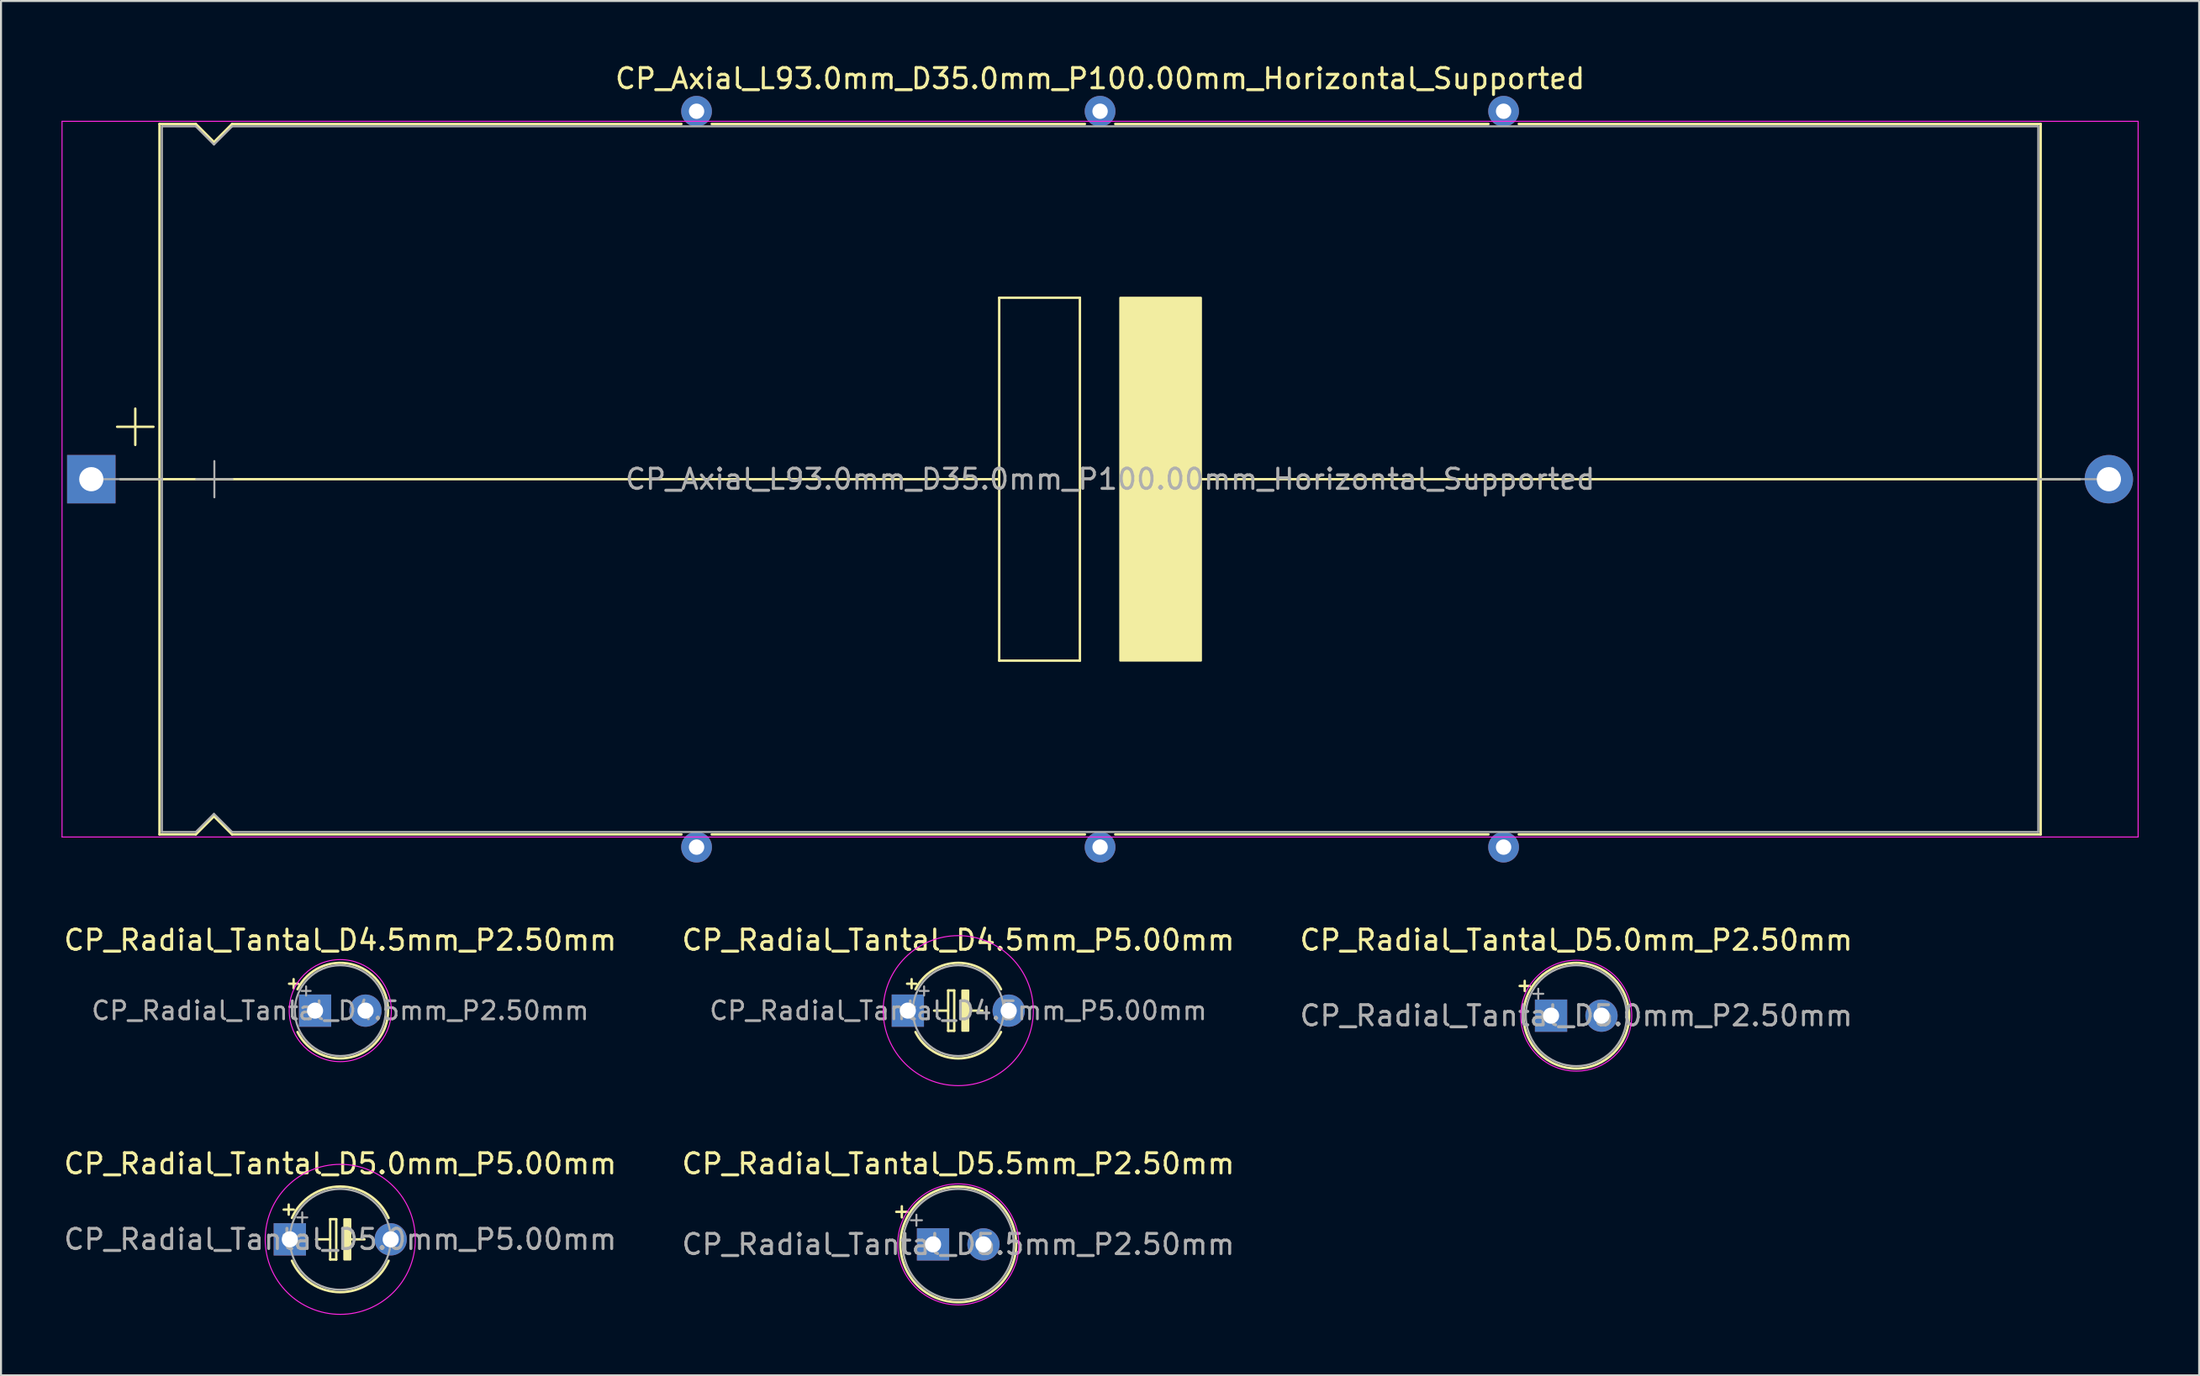
<source format=kicad_pcb>
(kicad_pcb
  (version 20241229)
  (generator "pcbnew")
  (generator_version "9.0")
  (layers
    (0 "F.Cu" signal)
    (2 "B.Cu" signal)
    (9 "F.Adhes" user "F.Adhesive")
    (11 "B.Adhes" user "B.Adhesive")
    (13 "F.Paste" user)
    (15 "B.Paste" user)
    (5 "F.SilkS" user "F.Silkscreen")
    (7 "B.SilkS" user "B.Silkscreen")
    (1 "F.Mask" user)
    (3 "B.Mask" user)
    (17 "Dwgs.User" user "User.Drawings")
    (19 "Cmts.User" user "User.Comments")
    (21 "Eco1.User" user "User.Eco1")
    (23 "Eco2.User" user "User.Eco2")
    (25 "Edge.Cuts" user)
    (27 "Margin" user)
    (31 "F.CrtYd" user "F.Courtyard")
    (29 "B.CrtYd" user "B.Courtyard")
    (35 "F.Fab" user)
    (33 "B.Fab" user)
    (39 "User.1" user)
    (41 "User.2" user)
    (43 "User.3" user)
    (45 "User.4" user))
  (footprint "CP_Axial_L93.0mm_D35.0mm_P100.00mm_Horizontal_Supported"
    (layer "F.Cu")
    (at 1.475 20.718)
    (property "Reference" "CP_Axial_L93.0mm_D35.0mm_P100.00mm_Horizontal_Supported" (at 50 -19.87 0) (layer "F.SilkS") (effects (font (size 1 1) (thickness 0.15))))
    (attr through_hole)
    (fp_line (start 1.28 -2.6) (end 3.08 -2.6) (stroke (width 0.12) (type solid)) (layer "F.SilkS"))
    (fp_line (start 1.44 0) (end 3.38 0) (stroke (width 0.12) (type solid)) (layer "F.SilkS"))
    (fp_line (start 2.18 -3.5) (end 2.18 -1.7) (stroke (width 0.12) (type solid)) (layer "F.SilkS"))
    (fp_line (start 3.365 0) (end 45 0) (stroke (width 0.12) (type solid)) (layer "F.SilkS"))
    (fp_line (start 3.38 -17.62) (end 3.38 17.62) (stroke (width 0.12) (type solid)) (layer "F.SilkS"))
    (fp_line (start 3.38 -17.62) (end 5.18 -17.62) (stroke (width 0.12) (type solid)) (layer "F.SilkS"))
    (fp_line (start 3.38 17.62) (end 5.18 17.62) (stroke (width 0.12) (type solid)) (layer "F.SilkS"))
    (fp_line (start 5.18 -17.62) (end 6.08 -16.72) (stroke (width 0.12) (type solid)) (layer "F.SilkS"))
    (fp_line (start 5.18 17.62) (end 6.08 16.72) (stroke (width 0.12) (type solid)) (layer "F.SilkS"))
    (fp_line (start 6.08 -16.72) (end 6.98 -17.62) (stroke (width 0.12) (type solid)) (layer "F.SilkS"))
    (fp_line (start 6.08 16.72) (end 6.98 17.62) (stroke (width 0.12) (type solid)) (layer "F.SilkS"))
    (fp_line (start 6.98 -17.62) (end 29.25 -17.62) (stroke (width 0.12) (type solid)) (layer "F.SilkS"))
    (fp_line (start 6.98 17.62) (end 29.25 17.62) (stroke (width 0.12) (type solid)) (layer "F.SilkS"))
    (fp_line (start 30.75 -17.62) (end 49.25 -17.62) (stroke (width 0.12) (type solid)) (layer "F.SilkS"))
    (fp_line (start 30.75 17.62) (end 49.25 17.62) (stroke (width 0.12) (type solid)) (layer "F.SilkS"))
    (fp_line (start 45 -9) (end 49 -9) (stroke (width 0.12) (type solid)) (layer "F.SilkS"))
    (fp_line (start 45 9) (end 45 -9) (stroke (width 0.12) (type solid)) (layer "F.SilkS"))
    (fp_line (start 49 -9) (end 49 9) (stroke (width 0.12) (type solid)) (layer "F.SilkS"))
    (fp_line (start 49 9) (end 45 9) (stroke (width 0.12) (type solid)) (layer "F.SilkS"))
    (fp_line (start 50.75 -17.62) (end 69.25 -17.62) (stroke (width 0.12) (type solid)) (layer "F.SilkS"))
    (fp_line (start 50.75 17.62) (end 69.25 17.62) (stroke (width 0.12) (type solid)) (layer "F.SilkS"))
    (fp_line (start 54.5 0) (end 96.62 0) (stroke (width 0.12) (type solid)) (layer "F.SilkS"))
    (fp_line (start 70.75 -17.62) (end 96.62 -17.62) (stroke (width 0.12) (type solid)) (layer "F.SilkS"))
    (fp_line (start 70.75 17.62) (end 96.62 17.62) (stroke (width 0.12) (type solid)) (layer "F.SilkS"))
    (fp_line (start 96.62 -17.62) (end 96.62 17.62) (stroke (width 0.12) (type solid)) (layer "F.SilkS"))
    (fp_line (start 98.56 0) (end 96.62 0) (stroke (width 0.12) (type solid)) (layer "F.SilkS"))
    (fp_poly (pts (xy 55 9) (xy 51 9) (xy 51 -9) (xy 55 -9)) (stroke (width 0.1) (type solid)) (fill yes) (layer "F.SilkS"))
    (fp_line (start -1.45 -17.75) (end -1.45 17.75) (stroke (width 0.05) (type solid)) (layer "F.CrtYd"))
    (fp_line (start -1.45 17.75) (end 101.45 17.75) (stroke (width 0.05) (type solid)) (layer "F.CrtYd"))
    (fp_line (start 101.45 -17.75) (end -1.45 -17.75) (stroke (width 0.05) (type solid)) (layer "F.CrtYd"))
    (fp_line (start 101.45 17.75) (end 101.45 -17.75) (stroke (width 0.05) (type solid)) (layer "F.CrtYd"))
    (fp_line (start 0 0) (end 3.5 0) (stroke (width 0.1) (type solid)) (layer "F.Fab"))
    (fp_line (start 3.5 -17.5) (end 3.5 17.5) (stroke (width 0.1) (type solid)) (layer "F.Fab"))
    (fp_line (start 3.5 -17.5) (end 5.18 -17.5) (stroke (width 0.1) (type solid)) (layer "F.Fab"))
    (fp_line (start 3.5 17.5) (end 5.18 17.5) (stroke (width 0.1) (type solid)) (layer "F.Fab"))
    (fp_line (start 5.18 -17.5) (end 6.08 -16.6) (stroke (width 0.1) (type solid)) (layer "F.Fab"))
    (fp_line (start 5.18 17.5) (end 6.08 16.6) (stroke (width 0.1) (type solid)) (layer "F.Fab"))
    (fp_line (start 5.2 0) (end 7 0) (stroke (width 0.1) (type solid)) (layer "F.Fab"))
    (fp_line (start 6.08 -16.6) (end 6.98 -17.5) (stroke (width 0.1) (type solid)) (layer "F.Fab"))
    (fp_line (start 6.08 16.6) (end 6.98 17.5) (stroke (width 0.1) (type solid)) (layer "F.Fab"))
    (fp_line (start 6.1 -0.9) (end 6.1 0.9) (stroke (width 0.1) (type solid)) (layer "F.Fab"))
    (fp_line (start 6.98 -17.5) (end 96.5 -17.5) (stroke (width 0.1) (type solid)) (layer "F.Fab"))
    (fp_line (start 6.98 17.5) (end 96.5 17.5) (stroke (width 0.1) (type solid)) (layer "F.Fab"))
    (fp_line (start 96.5 -17.5) (end 96.5 17.5) (stroke (width 0.1) (type solid)) (layer "F.Fab"))
    (fp_line (start 100 0) (end 96.5 0) (stroke (width 0.1) (type solid)) (layer "F.Fab"))
    (fp_text user "${REFERENCE}" (at 50.5 0 0) (layer "F.Fab") (effects (font (size 1 1) (thickness 0.15))))
    (pad "" thru_hole circle (at 30 -18.25) (size 1.524 1.524) (drill 0.762) (layers "*.Cu" "*.Mask"))
    (pad "" thru_hole circle (at 30 18.25) (size 1.524 1.524) (drill 0.762) (layers "*.Cu" "*.Mask"))
    (pad "" thru_hole circle (at 50 -18.25) (size 1.524 1.524) (drill 0.762) (layers "*.Cu" "*.Mask"))
    (pad "" thru_hole circle (at 50 18.25) (size 1.524 1.524) (drill 0.762) (layers "*.Cu" "*.Mask"))
    (pad "" thru_hole circle (at 70 -18.25) (size 1.524 1.524) (drill 0.762) (layers "*.Cu" "*.Mask"))
    (pad "" thru_hole circle (at 70 18.25) (size 1.524 1.524) (drill 0.762) (layers "*.Cu" "*.Mask"))
    (pad "1" thru_hole rect (at 0 0) (size 2.4 2.4) (drill 1.2) (layers "*.Cu" "*.Mask"))
    (pad "2" thru_hole oval (at 100 0) (size 2.4 2.4) (drill 1.2) (layers "*.Cu" "*.Mask")))
  (footprint "CP_Radial_Tantal_D5.0mm_P5.00mm"
    (layer "F.Cu")
    (at 11.315 58.422)
    (property "Reference" "CP_Radial_Tantal_D5.0mm_P5.00mm" (at 2.5 -3.75 0) (layer "F.SilkS") (effects (font (size 1 1) (thickness 0.15))))
    (attr through_hole)
    (fp_line (start -0.305 -1.475) (end 0.195 -1.475) (stroke (width 0.12) (type solid)) (layer "F.SilkS"))
    (fp_line (start -0.055 -1.725) (end -0.055 -1.225) (stroke (width 0.12) (type solid)) (layer "F.SilkS"))
    (fp_line (start 1.3 0) (end 2 0) (stroke (width 0.12) (type solid)) (layer "F.SilkS"))
    (fp_line (start 2 -1) (end 2.3 -1) (stroke (width 0.12) (type solid)) (layer "F.SilkS"))
    (fp_line (start 2 1) (end 2 -1) (stroke (width 0.12) (type solid)) (layer "F.SilkS"))
    (fp_line (start 2.3 -1) (end 2.3 1) (stroke (width 0.12) (type solid)) (layer "F.SilkS"))
    (fp_line (start 2.3 1) (end 2 1) (stroke (width 0.12) (type solid)) (layer "F.SilkS"))
    (fp_line (start 3.7 0) (end 3 0) (stroke (width 0.12) (type solid)) (layer "F.SilkS"))
    (fp_arc (start 0.104003 -1.06) (mid 2.5 -2.62) (end 4.895997 -1.06) (stroke (width 0.12) (type solid)) (layer "F.SilkS"))
    (fp_arc (start 4.895997 1.06) (mid 2.5 2.62) (end 0.104003 1.06) (stroke (width 0.12) (type solid)) (layer "F.SilkS"))
    (fp_poly (pts (xy 3 1) (xy 2.7 1) (xy 2.7 -1) (xy 3 -1)) (stroke (width 0.1) (type solid)) (fill yes) (layer "F.SilkS"))
    (fp_circle (center 2.5 0) (end 6.22 0) (stroke (width 0.05) (type solid)) (fill no) (layer "F.CrtYd"))
    (fp_line (start 0.366 -1.087) (end 0.866 -1.087) (stroke (width 0.1) (type solid)) (layer "F.Fab"))
    (fp_line (start 0.616 -1.337) (end 0.616 -0.838) (stroke (width 0.1) (type solid)) (layer "F.Fab"))
    (fp_circle (center 2.5 0) (end 5 0) (stroke (width 0.1) (type solid)) (fill no) (layer "F.Fab"))
    (fp_text user "${REFERENCE}" (at 2.5 0 0) (layer "F.Fab") (effects (font (size 1 1) (thickness 0.15))))
    (pad "1" thru_hole rect (at 0 0) (size 1.6 1.6) (drill 0.8) (layers "*.Cu" "*.Mask"))
    (pad "2" thru_hole circle (at 5 0) (size 1.6 1.6) (drill 0.8) (layers "*.Cu" "*.Mask")))
  (footprint "CP_Radial_Tantal_D4.5mm_P5.00mm"
    (layer "F.Cu")
    (at 41.946 47.078)
    (property "Reference" "CP_Radial_Tantal_D4.5mm_P5.00mm" (at 2.5 -3.5 0) (layer "F.SilkS") (effects (font (size 1 1) (thickness 0.15))))
    (attr through_hole)
    (fp_line (start -0.037 -1.335) (end 0.413 -1.335) (stroke (width 0.12) (type solid)) (layer "F.SilkS"))
    (fp_line (start 0.188 -1.56) (end 0.188 -1.11) (stroke (width 0.12) (type solid)) (layer "F.SilkS"))
    (fp_line (start 1.3 0) (end 2 0) (stroke (width 0.12) (type solid)) (layer "F.SilkS"))
    (fp_line (start 2 -1) (end 2.3 -1) (stroke (width 0.12) (type solid)) (layer "F.SilkS"))
    (fp_line (start 2 1) (end 2 -1) (stroke (width 0.12) (type solid)) (layer "F.SilkS"))
    (fp_line (start 2.3 -1) (end 2.3 1) (stroke (width 0.12) (type solid)) (layer "F.SilkS"))
    (fp_line (start 2.3 1) (end 2 1) (stroke (width 0.12) (type solid)) (layer "F.SilkS"))
    (fp_line (start 3.7 0) (end 3 0) (stroke (width 0.12) (type solid)) (layer "F.SilkS"))
    (fp_arc (start 0.380259 -1.06) (mid 2.5 -2.37) (end 4.619741 -1.06) (stroke (width 0.12) (type solid)) (layer "F.SilkS"))
    (fp_arc (start 4.619741 1.06) (mid 2.5 2.37) (end 0.380259 1.06) (stroke (width 0.12) (type solid)) (layer "F.SilkS"))
    (fp_poly (pts (xy 3 1) (xy 2.7 1) (xy 2.7 -1) (xy 3 -1)) (stroke (width 0.1) (type solid)) (fill yes) (layer "F.SilkS"))
    (fp_circle (center 2.5 0) (end 6.22 0) (stroke (width 0.05) (type solid)) (fill no) (layer "F.CrtYd"))
    (fp_line (start 0.582 -0.978) (end 1.032 -0.978) (stroke (width 0.1) (type solid)) (layer "F.Fab"))
    (fp_line (start 0.807 -1.202) (end 0.807 -0.752) (stroke (width 0.1) (type solid)) (layer "F.Fab"))
    (fp_circle (center 2.5 0) (end 4.75 0) (stroke (width 0.1) (type solid)) (fill no) (layer "F.Fab"))
    (fp_text user "${REFERENCE}" (at 2.5 0 0) (layer "F.Fab") (effects (font (size 0.9 0.9) (thickness 0.135))))
    (pad "1" thru_hole rect (at 0 0) (size 1.6 1.6) (drill 0.8) (layers "*.Cu" "*.Mask"))
    (pad "2" thru_hole circle (at 5 0) (size 1.6 1.6) (drill 0.8) (layers "*.Cu" "*.Mask")))
  (footprint "CP_Radial_Tantal_D5.5mm_P2.50mm"
    (layer "F.Cu")
    (at 43.196 58.672)
    (property "Reference" "CP_Radial_Tantal_D5.5mm_P2.50mm" (at 1.25 -4 0) (layer "F.SilkS") (effects (font (size 1 1) (thickness 0.15))))
    (attr through_hole)
    (fp_line (start -1.822 -1.615) (end -1.272 -1.615) (stroke (width 0.12) (type solid)) (layer "F.SilkS"))
    (fp_line (start -1.547 -1.89) (end -1.547 -1.34) (stroke (width 0.12) (type solid)) (layer "F.SilkS"))
    (fp_circle (center 1.25 0) (end 4.12 0) (stroke (width 0.12) (type solid)) (fill no) (layer "F.SilkS"))
    (fp_circle (center 1.25 0) (end 4.25 0) (stroke (width 0.05) (type solid)) (fill no) (layer "F.CrtYd"))
    (fp_line (start -1.099 -1.198) (end -0.549 -1.198) (stroke (width 0.1) (type solid)) (layer "F.Fab"))
    (fp_line (start -0.824 -1.472) (end -0.824 -0.922) (stroke (width 0.1) (type solid)) (layer "F.Fab"))
    (fp_circle (center 1.25 0) (end 4 0) (stroke (width 0.1) (type solid)) (fill no) (layer "F.Fab"))
    (fp_text user "${REFERENCE}" (at 1.25 0 0) (layer "F.Fab") (effects (font (size 1 1) (thickness 0.15))))
    (pad "1" thru_hole rect (at 0 0) (size 1.6 1.6) (drill 0.8) (layers "*.Cu" "*.Mask"))
    (pad "2" thru_hole circle (at 2.5 0) (size 1.6 1.6) (drill 0.8) (layers "*.Cu" "*.Mask")))
  (footprint "CP_Radial_Tantal_D4.5mm_P2.50mm"
    (layer "F.Cu")
    (at 12.565 47.078)
    (property "Reference" "CP_Radial_Tantal_D4.5mm_P2.50mm" (at 1.25 -3.5 0) (layer "F.SilkS") (effects (font (size 1 1) (thickness 0.15))))
    (attr through_hole)
    (fp_line (start -1.287 -1.335) (end -0.837 -1.335) (stroke (width 0.12) (type solid)) (layer "F.SilkS"))
    (fp_line (start -1.062 -1.56) (end -1.062 -1.11) (stroke (width 0.12) (type solid)) (layer "F.SilkS"))
    (fp_arc (start -0.869741 -1.06) (mid 3.62 0) (end -0.869741 1.06) (stroke (width 0.12) (type solid)) (layer "F.SilkS"))
    (fp_circle (center 1.25 0) (end 3.78 0) (stroke (width 0.05) (type solid)) (fill no) (layer "F.CrtYd"))
    (fp_line (start -0.668 -0.978) (end -0.218 -0.978) (stroke (width 0.1) (type solid)) (layer "F.Fab"))
    (fp_line (start -0.443 -1.202) (end -0.443 -0.752) (stroke (width 0.1) (type solid)) (layer "F.Fab"))
    (fp_circle (center 1.25 0) (end 3.5 0) (stroke (width 0.1) (type solid)) (fill no) (layer "F.Fab"))
    (fp_text user "${REFERENCE}" (at 1.25 0 0) (layer "F.Fab") (effects (font (size 0.9 0.9) (thickness 0.135))))
    (pad "1" thru_hole rect (at 0 0) (size 1.6 1.6) (drill 0.8) (layers "*.Cu" "*.Mask"))
    (pad "2" thru_hole circle (at 2.5 0) (size 1.6 1.6) (drill 0.8) (layers "*.Cu" "*.Mask")))
  (footprint "CP_Radial_Tantal_D5.0mm_P2.50mm"
    (layer "F.Cu")
    (at 73.827 47.328)
    (property "Reference" "CP_Radial_Tantal_D5.0mm_P2.50mm" (at 1.25 -3.75 0) (layer "F.SilkS") (effects (font (size 1 1) (thickness 0.15))))
    (attr through_hole)
    (fp_line (start -1.555 -1.475) (end -1.055 -1.475) (stroke (width 0.12) (type solid)) (layer "F.SilkS"))
    (fp_line (start -1.305 -1.725) (end -1.305 -1.225) (stroke (width 0.12) (type solid)) (layer "F.SilkS"))
    (fp_circle (center 1.25 0) (end 3.87 0) (stroke (width 0.12) (type solid)) (fill no) (layer "F.SilkS"))
    (fp_circle (center 1.25 0) (end 4 0) (stroke (width 0.05) (type solid)) (fill no) (layer "F.CrtYd"))
    (fp_line (start -0.884 -1.087) (end -0.384 -1.087) (stroke (width 0.1) (type solid)) (layer "F.Fab"))
    (fp_line (start -0.634 -1.337) (end -0.634 -0.838) (stroke (width 0.1) (type solid)) (layer "F.Fab"))
    (fp_circle (center 1.25 0) (end 3.75 0) (stroke (width 0.1) (type solid)) (fill no) (layer "F.Fab"))
    (fp_text user "${REFERENCE}" (at 1.25 0 0) (layer "F.Fab") (effects (font (size 1 1) (thickness 0.15))))
    (pad "1" thru_hole rect (at 0 0) (size 1.6 1.6) (drill 0.8) (layers "*.Cu" "*.Mask"))
    (pad "2" thru_hole circle (at 2.5 0) (size 1.6 1.6) (drill 0.8) (layers "*.Cu" "*.Mask")))
  (gr_rect
    (start -3 -3)
    (end 105.95 65.167)
    (stroke (width 0.1) (type default))
    (fill no)
    (layer "Edge.Cuts")))
</source>
